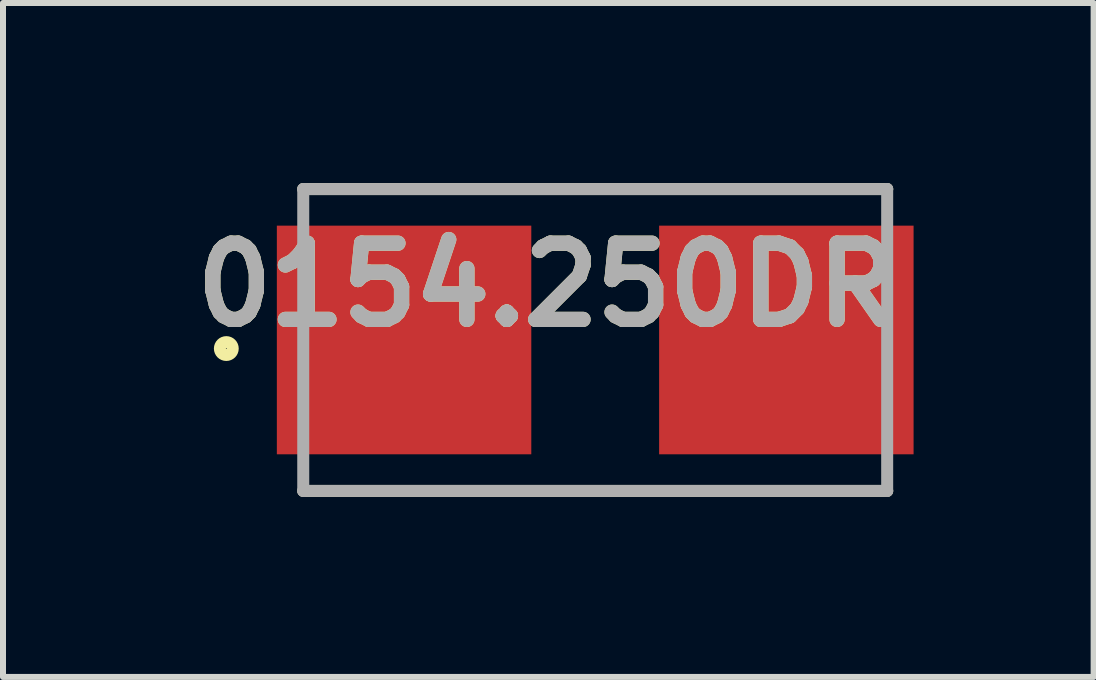
<source format=kicad_pcb>
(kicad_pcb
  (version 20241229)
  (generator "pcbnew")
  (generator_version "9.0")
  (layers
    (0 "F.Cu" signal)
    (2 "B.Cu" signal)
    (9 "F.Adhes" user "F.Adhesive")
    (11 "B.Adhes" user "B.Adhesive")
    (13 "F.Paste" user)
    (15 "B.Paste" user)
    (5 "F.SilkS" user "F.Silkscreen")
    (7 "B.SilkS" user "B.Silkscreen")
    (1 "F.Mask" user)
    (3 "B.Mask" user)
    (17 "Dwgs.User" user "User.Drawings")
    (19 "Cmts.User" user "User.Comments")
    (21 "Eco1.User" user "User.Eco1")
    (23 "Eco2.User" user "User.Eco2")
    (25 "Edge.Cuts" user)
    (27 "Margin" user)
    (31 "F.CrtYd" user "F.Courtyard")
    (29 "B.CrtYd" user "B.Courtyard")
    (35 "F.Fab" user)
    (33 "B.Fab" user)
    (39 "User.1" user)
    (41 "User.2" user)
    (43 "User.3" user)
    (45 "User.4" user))
  (footprint "0154.250DR"
    (layer "F.Cu")
    (at 6.868 2.615)
    (property "Reference" "0154.250DR" (at -0.808 -0.917 0) (layer "F.SilkS") (effects (font (size 1.27 1.27) (thickness 0.254))))
    (attr smd)
    (fp_line (start -4.865 -2.515) (end 4.865 -2.515) (stroke (width 0.2) (type solid)) (layer "F.SilkS"))
    (fp_line (start -4.865 2.515) (end 4.865 2.515) (stroke (width 0.2) (type solid)) (layer "F.SilkS"))
    (fp_circle (center -6.147 0.143) (end -6.147 0.25) (stroke (width 0.2) (type solid)) (fill no) (layer "F.SilkS"))
    (fp_line (start -4.865 -2.515) (end 4.865 -2.515) (stroke (width 0.2) (type solid)) (layer "F.Fab"))
    (fp_line (start -4.865 2.515) (end -4.865 -2.515) (stroke (width 0.2) (type solid)) (layer "F.Fab"))
    (fp_line (start 4.865 -2.515) (end 4.865 2.515) (stroke (width 0.2) (type solid)) (layer "F.Fab"))
    (fp_line (start 4.865 2.515) (end -4.865 2.515) (stroke (width 0.2) (type solid)) (layer "F.Fab"))
    (fp_text user "${REFERENCE}" (at -0.808 -0.917 0) (layer "F.Fab") (effects (font (size 1.27 1.27) (thickness 0.254))))
    (pad "1" smd rect (at -3.185 0 90) (size 3.81 4.24) (layers "F.Cu" "F.Mask" "F.Paste"))
    (pad "2" smd rect (at 3.185 0 90) (size 3.81 4.24) (layers "F.Cu" "F.Mask" "F.Paste")))
  (gr_rect
    (start -3 -3)
    (end 15.173 8.23)
    (stroke (width 0.1) (type default))
    (fill no)
    (layer "Edge.Cuts")))
</source>
